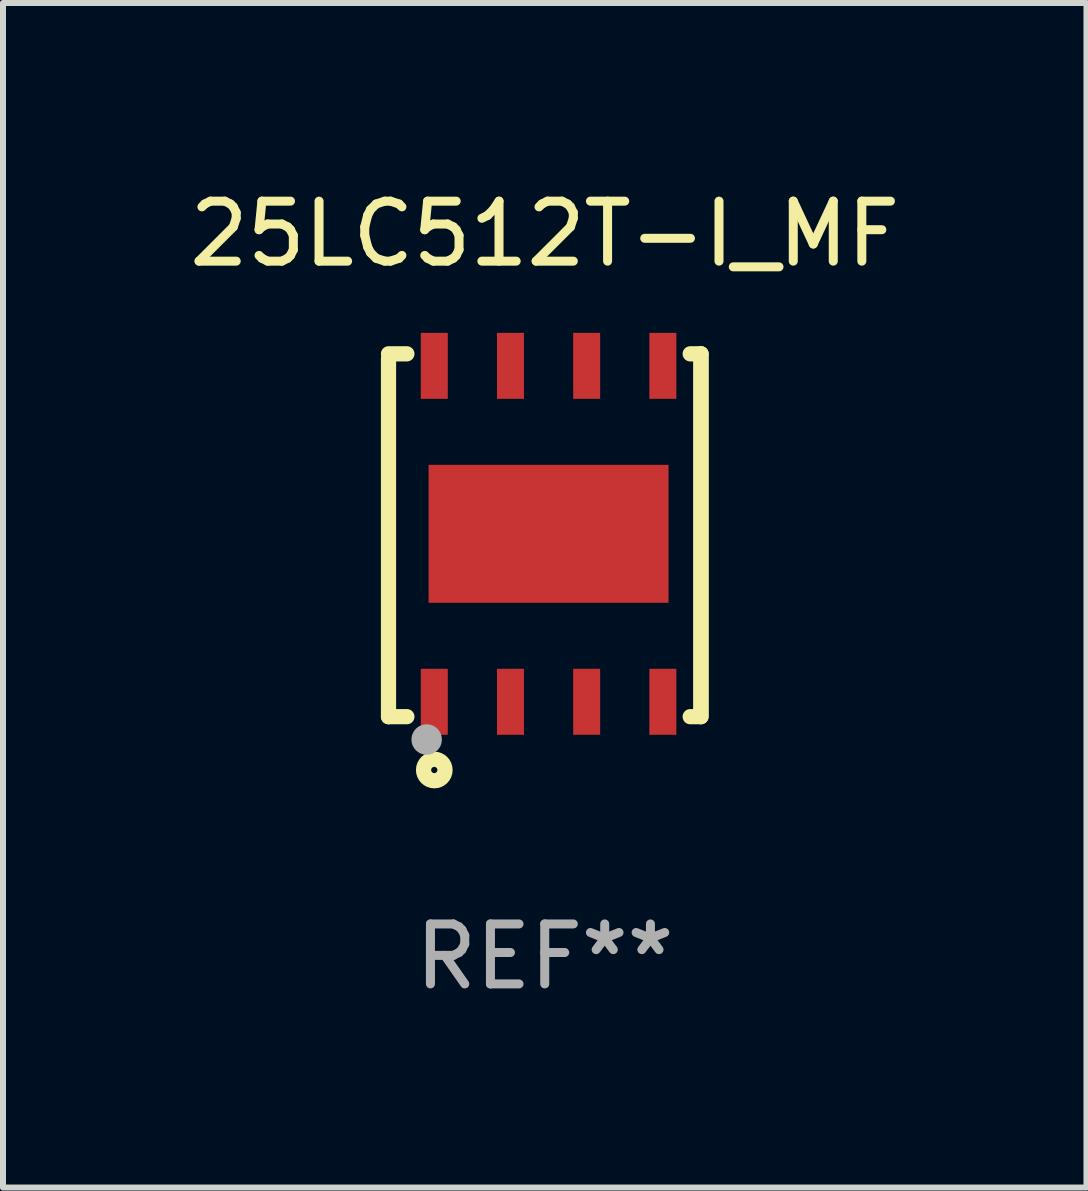
<source format=kicad_pcb>
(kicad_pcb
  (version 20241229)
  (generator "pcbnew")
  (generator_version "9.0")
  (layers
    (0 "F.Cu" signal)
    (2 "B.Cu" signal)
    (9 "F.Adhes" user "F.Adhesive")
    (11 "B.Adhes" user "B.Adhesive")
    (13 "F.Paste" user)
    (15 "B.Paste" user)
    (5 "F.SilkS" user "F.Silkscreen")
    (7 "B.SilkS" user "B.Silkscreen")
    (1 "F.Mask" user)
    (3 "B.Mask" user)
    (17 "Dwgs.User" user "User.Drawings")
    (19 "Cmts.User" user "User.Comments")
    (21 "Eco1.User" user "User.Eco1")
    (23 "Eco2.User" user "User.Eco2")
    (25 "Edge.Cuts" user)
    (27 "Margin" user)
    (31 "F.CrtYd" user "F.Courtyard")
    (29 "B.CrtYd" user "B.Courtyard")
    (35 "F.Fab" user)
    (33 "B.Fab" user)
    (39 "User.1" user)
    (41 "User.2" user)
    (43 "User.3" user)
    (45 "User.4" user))
  (footprint "25LC512T-I_MF"
    (layer "F.Cu")
    (at 6.03 5.872)
    (property "Reference" "25LC512T-I_MF" (at 0 -5.024 0) (layer "F.SilkS") (effects (font (size 1 1) (thickness 0.15))))
    (attr through_hole)
    (fp_line (start -2.604 -2.945) (end -2.604 3.024) (stroke (width 0.254) (type solid)) (layer "F.SilkS"))
    (fp_line (start -2.604 3.024) (end -2.298 3.024) (stroke (width 0.254) (type solid)) (layer "F.SilkS"))
    (fp_line (start -2.298 -3.024) (end -2.604 -3.024) (stroke (width 0.254) (type solid)) (layer "F.SilkS"))
    (fp_line (start 2.425 3.024) (end 2.604 3.024) (stroke (width 0.254) (type solid)) (layer "F.SilkS"))
    (fp_line (start 2.604 -3.024) (end 2.425 -3.024) (stroke (width 0.254) (type solid)) (layer "F.SilkS"))
    (fp_line (start 2.604 -3.024) (end 2.604 2.976) (stroke (width 0.254) (type solid)) (layer "F.SilkS"))
    (fp_line (start 2.604 3.024) (end 2.604 -3.024) (stroke (width 0.254) (type solid)) (layer "F.SilkS"))
    (fp_circle (center -2.436 2.976) (end -2.406 2.976) (stroke (width 0.06) (type solid)) (fill no) (layer "F.SilkS"))
    (fp_circle (center -1.841 3.913) (end -1.662 3.913) (stroke (width 0.254) (type solid)) (fill no) (layer "F.SilkS"))
    (fp_circle (center -1.968 3.405) (end -1.841 3.405) (stroke (width 0.254) (type solid)) (fill no) (layer "F.Fab"))
    (fp_text user "REF**" (at 0 7.024 0) (layer "F.Fab") (effects (font (size 1 1) (thickness 0.15))))
    (pad "1" smd rect (at -1.841 2.776) (size 0.45 1.1) (layers "F.Cu" "F.Mask" "F.Paste"))
    (pad "2" smd rect (at -0.571 2.776) (size 0.45 1.1) (layers "F.Cu" "F.Mask" "F.Paste"))
    (pad "3" smd rect (at 0.699 2.776) (size 0.45 1.1) (layers "F.Cu" "F.Mask" "F.Paste"))
    (pad "4" smd rect (at 1.969 2.776) (size 0.45 1.1) (layers "F.Cu" "F.Mask" "F.Paste"))
    (pad "5" smd rect (at 1.969 -2.824) (size 0.45 1.1) (layers "F.Cu" "F.Mask" "F.Paste"))
    (pad "6" smd rect (at 0.699 -2.824) (size 0.45 1.1) (layers "F.Cu" "F.Mask" "F.Paste"))
    (pad "7" smd rect (at -0.571 -2.824) (size 0.45 1.1) (layers "F.Cu" "F.Mask" "F.Paste"))
    (pad "8" smd rect (at -1.841 -2.824) (size 0.45 1.1) (layers "F.Cu" "F.Mask" "F.Paste"))
    (pad "9" smd rect (at 0.064 -0.024) (size 4 2.3) (layers "F.Cu" "F.Mask" "F.Paste")))
  (gr_rect
    (start -3 -3)
    (end 15.06 16.745)
    (stroke (width 0.1) (type default))
    (fill no)
    (layer "Edge.Cuts")))
</source>
